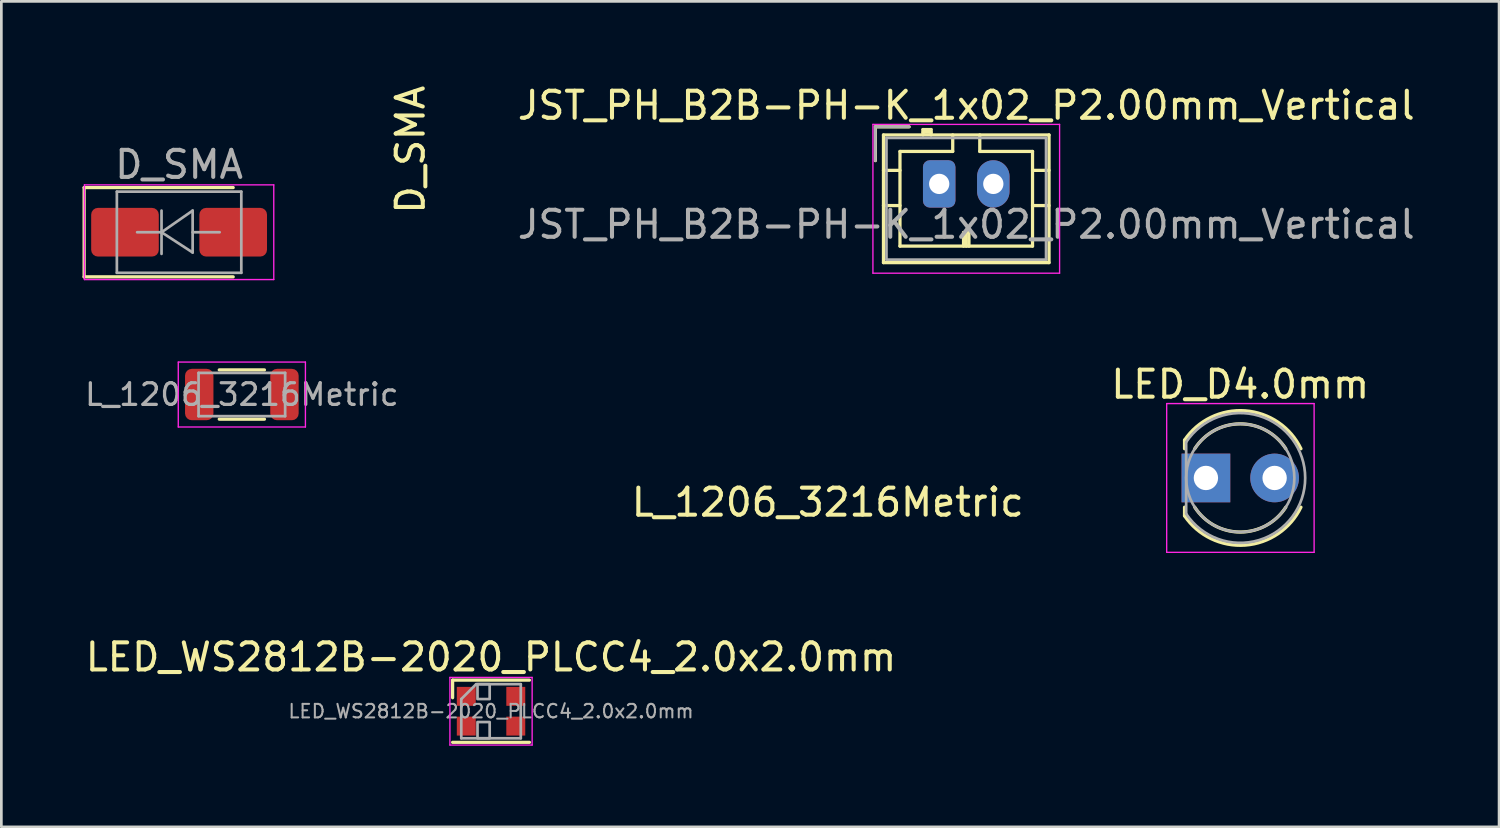
<source format=kicad_pcb>
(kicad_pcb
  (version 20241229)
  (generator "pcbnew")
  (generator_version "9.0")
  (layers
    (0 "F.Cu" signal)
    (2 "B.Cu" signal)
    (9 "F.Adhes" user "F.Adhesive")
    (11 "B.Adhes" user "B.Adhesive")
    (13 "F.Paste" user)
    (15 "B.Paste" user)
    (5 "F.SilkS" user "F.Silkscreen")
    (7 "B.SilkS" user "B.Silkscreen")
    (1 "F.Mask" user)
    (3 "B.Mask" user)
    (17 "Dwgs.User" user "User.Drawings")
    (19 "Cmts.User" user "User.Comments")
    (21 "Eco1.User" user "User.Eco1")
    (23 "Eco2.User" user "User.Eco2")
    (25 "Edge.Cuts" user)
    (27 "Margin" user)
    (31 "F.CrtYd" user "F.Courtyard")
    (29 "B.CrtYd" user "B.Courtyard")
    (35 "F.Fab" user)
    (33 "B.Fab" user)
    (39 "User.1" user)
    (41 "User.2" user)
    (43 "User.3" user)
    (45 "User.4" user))
  (footprint "D_SMA"
    (layer "F.Cu")
    (at 3.57 5.534)
    (property "Reference" "D_SMA" (at 8.553 -3.052 270) (layer "F.SilkS") (effects (font (size 1 1) (thickness 0.15))))
    (attr smd)
    (fp_line (start -3.51 -1.65) (end -3.51 1.65) (stroke (width 0.12) (type solid)) (layer "F.SilkS"))
    (fp_line (start -3.51 -1.65) (end 2 -1.65) (stroke (width 0.12) (type solid)) (layer "F.SilkS"))
    (fp_line (start -3.51 1.65) (end 2 1.65) (stroke (width 0.12) (type solid)) (layer "F.SilkS"))
    (fp_line (start -3.5 -1.75) (end 3.5 -1.75) (stroke (width 0.05) (type solid)) (layer "F.CrtYd"))
    (fp_line (start -3.5 1.75) (end -3.5 -1.75) (stroke (width 0.05) (type solid)) (layer "F.CrtYd"))
    (fp_line (start 3.5 -1.75) (end 3.5 1.75) (stroke (width 0.05) (type solid)) (layer "F.CrtYd"))
    (fp_line (start 3.5 1.75) (end -3.5 1.75) (stroke (width 0.05) (type solid)) (layer "F.CrtYd"))
    (fp_line (start -2.3 1.5) (end -2.3 -1.5) (stroke (width 0.1) (type solid)) (layer "F.Fab"))
    (fp_line (start -0.649 -0.799) (end -0.649 0.801) (stroke (width 0.1) (type solid)) (layer "F.Fab"))
    (fp_line (start -0.649 0.001) (end -1.551 0.001) (stroke (width 0.1) (type solid)) (layer "F.Fab"))
    (fp_line (start -0.649 0.001) (end 0.501 -0.799) (stroke (width 0.1) (type solid)) (layer "F.Fab"))
    (fp_line (start -0.649 0.001) (end 0.501 0.75) (stroke (width 0.1) (type solid)) (layer "F.Fab"))
    (fp_line (start 0.501 0.001) (end 1.499 0.001) (stroke (width 0.1) (type solid)) (layer "F.Fab"))
    (fp_line (start 0.501 0.75) (end 0.501 -0.799) (stroke (width 0.1) (type solid)) (layer "F.Fab"))
    (fp_line (start 2.3 -1.5) (end -2.3 -1.5) (stroke (width 0.1) (type solid)) (layer "F.Fab"))
    (fp_line (start 2.3 -1.5) (end 2.3 1.5) (stroke (width 0.1) (type solid)) (layer "F.Fab"))
    (fp_line (start 2.3 1.5) (end -2.3 1.5) (stroke (width 0.1) (type solid)) (layer "F.Fab"))
    (fp_text user "${REFERENCE}" (at 0 -2.5 180) (layer "F.Fab") (effects (font (size 1 1) (thickness 0.15))))
    (pad "1" smd roundrect (at -2 0) (size 2.5 1.8) (layers "F.Cu" "F.Mask" "F.Paste") (roundrect_rratio 0.139))
    (pad "2" smd roundrect (at 2 0) (size 2.5 1.8) (layers "F.Cu" "F.Mask" "F.Paste") (roundrect_rratio 0.139)))
  (footprint "LED_WS2812B-2020_PLCC4_2.0x2.0mm"
    (layer "F.Cu")
    (at 15.101 23.241)
    (property "Reference" "LED_WS2812B-2020_PLCC4_2.0x2.0mm" (at 0 -2 0) (layer "F.SilkS") (effects (font (size 1 1) (thickness 0.15))))
    (attr smd)
    (fp_line (start -1.42 -1.15) (end -1.42 -0.5) (stroke (width 0.12) (type solid)) (layer "F.SilkS"))
    (fp_line (start -1.42 -1.15) (end 1.42 -1.15) (stroke (width 0.12) (type solid)) (layer "F.SilkS"))
    (fp_line (start -1.42 1.15) (end 1.42 1.15) (stroke (width 0.12) (type solid)) (layer "F.SilkS"))
    (fp_line (start -1.52 -1.25) (end -1.52 1.25) (stroke (width 0.05) (type solid)) (layer "F.CrtYd"))
    (fp_line (start -1.52 1.25) (end 1.52 1.25) (stroke (width 0.05) (type solid)) (layer "F.CrtYd"))
    (fp_line (start 1.52 -1.25) (end -1.52 -1.25) (stroke (width 0.05) (type solid)) (layer "F.CrtYd"))
    (fp_line (start 1.52 1.25) (end 1.52 -1.25) (stroke (width 0.05) (type solid)) (layer "F.CrtYd"))
    (fp_line (start -1.1 -0.45) (end -1.1 1) (stroke (width 0.1) (type solid)) (layer "F.Fab"))
    (fp_line (start -1.1 1) (end 1.1 1) (stroke (width 0.1) (type solid)) (layer "F.Fab"))
    (fp_line (start -0.55 -1) (end -1.1 -0.45) (stroke (width 0.1) (type solid)) (layer "F.Fab"))
    (fp_line (start 1.1 -1) (end -0.55 -1) (stroke (width 0.1) (type solid)) (layer "F.Fab"))
    (fp_line (start 1.1 -1) (end 1.1 1) (stroke (width 0.1) (type solid)) (layer "F.Fab"))
    (fp_rect (start -0.5 -1) (end -0.05 -0.45) (stroke (width 0.1) (type solid)) (fill no) (layer "F.Fab"))
    (fp_rect (start -0.5 0.4) (end -0.05 1) (stroke (width 0.1) (type solid)) (fill no) (layer "F.Fab"))
    (fp_text user "${REFERENCE}" (at 0 0 0) (layer "F.Fab") (effects (font (size 0.5 0.5) (thickness 0.075))))
    (pad "1" smd rect (at -0.915 -0.55) (size 0.7 0.7) (layers "F.Cu" "F.Mask" "F.Paste"))
    (pad "2" smd rect (at -0.915 0.55) (size 0.7 0.7) (layers "F.Cu" "F.Mask" "F.Paste"))
    (pad "3" smd rect (at 0.915 0.55) (size 0.7 0.7) (layers "F.Cu" "F.Mask" "F.Paste"))
    (pad "4" smd rect (at 0.915 -0.55) (size 0.7 0.7) (layers "F.Cu" "F.Mask" "F.Paste")))
  (footprint "JST_PH_B2B-PH-K_1x02_P2.00mm_Vertical"
    (layer "F.Cu")
    (at 31.668 3.748)
    (property "Reference" "JST_PH_B2B-PH-K_1x02_P2.00mm_Vertical" (at 1 -2.9 180) (layer "F.SilkS") (effects (font (size 1 1) (thickness 0.15))))
    (attr through_hole)
    (fp_line (start -2.36 -2.11) (end -2.36 -0.86) (stroke (width 0.12) (type solid)) (layer "F.SilkS"))
    (fp_line (start -2.06 -1.81) (end -2.06 2.91) (stroke (width 0.12) (type solid)) (layer "F.SilkS"))
    (fp_line (start -2.06 -0.5) (end -1.45 -0.5) (stroke (width 0.12) (type solid)) (layer "F.SilkS"))
    (fp_line (start -2.06 0.8) (end -1.45 0.8) (stroke (width 0.12) (type solid)) (layer "F.SilkS"))
    (fp_line (start -2.06 2.91) (end 4.06 2.91) (stroke (width 0.12) (type solid)) (layer "F.SilkS"))
    (fp_line (start -1.45 -1.2) (end -1.45 2.3) (stroke (width 0.12) (type solid)) (layer "F.SilkS"))
    (fp_line (start -1.45 2.3) (end 3.45 2.3) (stroke (width 0.12) (type solid)) (layer "F.SilkS"))
    (fp_line (start -1.11 -2.11) (end -2.36 -2.11) (stroke (width 0.12) (type solid)) (layer "F.SilkS"))
    (fp_line (start -0.6 -2.01) (end -0.6 -1.81) (stroke (width 0.12) (type solid)) (layer "F.SilkS"))
    (fp_line (start -0.3 -2.01) (end -0.6 -2.01) (stroke (width 0.12) (type solid)) (layer "F.SilkS"))
    (fp_line (start -0.3 -1.91) (end -0.6 -1.91) (stroke (width 0.12) (type solid)) (layer "F.SilkS"))
    (fp_line (start -0.3 -1.81) (end -0.3 -2.01) (stroke (width 0.12) (type solid)) (layer "F.SilkS"))
    (fp_line (start 0.5 -1.81) (end 0.5 -1.2) (stroke (width 0.12) (type solid)) (layer "F.SilkS"))
    (fp_line (start 0.5 -1.2) (end -1.45 -1.2) (stroke (width 0.12) (type solid)) (layer "F.SilkS"))
    (fp_line (start 0.9 1.8) (end 1.1 1.8) (stroke (width 0.12) (type solid)) (layer "F.SilkS"))
    (fp_line (start 0.9 2.3) (end 0.9 1.8) (stroke (width 0.12) (type solid)) (layer "F.SilkS"))
    (fp_line (start 1 2.3) (end 1 1.8) (stroke (width 0.12) (type solid)) (layer "F.SilkS"))
    (fp_line (start 1.1 1.8) (end 1.1 2.3) (stroke (width 0.12) (type solid)) (layer "F.SilkS"))
    (fp_line (start 1.5 -1.2) (end 1.5 -1.81) (stroke (width 0.12) (type solid)) (layer "F.SilkS"))
    (fp_line (start 3.45 -1.2) (end 1.5 -1.2) (stroke (width 0.12) (type solid)) (layer "F.SilkS"))
    (fp_line (start 3.45 2.3) (end 3.45 -1.2) (stroke (width 0.12) (type solid)) (layer "F.SilkS"))
    (fp_line (start 4.06 -1.81) (end -2.06 -1.81) (stroke (width 0.12) (type solid)) (layer "F.SilkS"))
    (fp_line (start 4.06 -0.5) (end 3.45 -0.5) (stroke (width 0.12) (type solid)) (layer "F.SilkS"))
    (fp_line (start 4.06 0.8) (end 3.45 0.8) (stroke (width 0.12) (type solid)) (layer "F.SilkS"))
    (fp_line (start 4.06 2.91) (end 4.06 -1.81) (stroke (width 0.12) (type solid)) (layer "F.SilkS"))
    (fp_line (start -2.45 -2.2) (end -2.45 3.3) (stroke (width 0.05) (type solid)) (layer "F.CrtYd"))
    (fp_line (start -2.45 3.3) (end 4.45 3.3) (stroke (width 0.05) (type solid)) (layer "F.CrtYd"))
    (fp_line (start 4.45 -2.2) (end -2.45 -2.2) (stroke (width 0.05) (type solid)) (layer "F.CrtYd"))
    (fp_line (start 4.45 3.3) (end 4.45 -2.2) (stroke (width 0.05) (type solid)) (layer "F.CrtYd"))
    (fp_line (start -2.36 -2.11) (end -2.36 -0.86) (stroke (width 0.1) (type solid)) (layer "F.Fab"))
    (fp_line (start -1.95 -1.7) (end -1.95 2.8) (stroke (width 0.1) (type solid)) (layer "F.Fab"))
    (fp_line (start -1.95 2.8) (end 3.95 2.8) (stroke (width 0.1) (type solid)) (layer "F.Fab"))
    (fp_line (start -1.11 -2.11) (end -2.36 -2.11) (stroke (width 0.1) (type solid)) (layer "F.Fab"))
    (fp_line (start 3.95 -1.7) (end -1.95 -1.7) (stroke (width 0.1) (type solid)) (layer "F.Fab"))
    (fp_line (start 3.95 2.8) (end 3.95 -1.7) (stroke (width 0.1) (type solid)) (layer "F.Fab"))
    (fp_text user "${REFERENCE}" (at 1 1.5 180) (layer "F.Fab") (effects (font (size 1 1) (thickness 0.15))))
    (pad "1" thru_hole roundrect (at 0 0 180) (size 1.2 1.75) (drill 0.75) (layers "*.Cu" "*.Mask") (roundrect_rratio 0.208))
    (pad "2" thru_hole oval (at 2 0 180) (size 1.2 1.75) (drill 0.75) (layers "*.Cu" "*.Mask")))
  (footprint "LED_D4.0mm"
    (layer "F.Cu")
    (at 41.527 14.618)
    (property "Reference" "LED_D4.0mm" (at 1.27 -3.46 0) (layer "F.SilkS") (effects (font (size 1 1) (thickness 0.15))))
    (attr through_hole)
    (fp_line (start -0.79 -1.399) (end -0.79 -1.08) (stroke (width 0.12) (type solid)) (layer "F.SilkS"))
    (fp_line (start -0.79 1.08) (end -0.79 1.399) (stroke (width 0.12) (type solid)) (layer "F.SilkS"))
    (fp_arc (start -0.79 -1.398749) (mid 1.453519 -2.483228) (end 3.513242 -1.080724) (stroke (width 0.12) (type solid)) (layer "F.SilkS"))
    (fp_arc (start -0.41333 -1.08) (mid 1.269429 -2) (end 2.952713 -1.080961) (stroke (width 0.12) (type solid)) (layer "F.SilkS"))
    (fp_arc (start 2.952713 1.080961) (mid 1.269429 2) (end -0.41333 1.08) (stroke (width 0.12) (type solid)) (layer "F.SilkS"))
    (fp_arc (start 3.513242 1.080724) (mid 1.453519 2.483228) (end -0.79 1.398749) (stroke (width 0.12) (type solid)) (layer "F.SilkS"))
    (fp_line (start -1.45 -2.75) (end -1.45 2.75) (stroke (width 0.05) (type solid)) (layer "F.CrtYd"))
    (fp_line (start -1.45 2.75) (end 4 2.75) (stroke (width 0.05) (type solid)) (layer "F.CrtYd"))
    (fp_line (start 4 -2.75) (end -1.45 -2.75) (stroke (width 0.05) (type solid)) (layer "F.CrtYd"))
    (fp_line (start 4 2.75) (end 4 -2.75) (stroke (width 0.05) (type solid)) (layer "F.CrtYd"))
    (fp_line (start -0.73 -1.327) (end -0.73 1.327) (stroke (width 0.1) (type solid)) (layer "F.Fab"))
    (fp_arc (start -0.73 -1.32665) (mid 3.67 0.000306) (end -0.730339 1.32614) (stroke (width 0.1) (type solid)) (layer "F.Fab"))
    (fp_circle (center 1.27 0) (end 3.27 0) (stroke (width 0.1) (type solid)) (fill no) (layer "F.Fab"))
    (pad "1" thru_hole rect (at 0 0) (size 1.8 1.8) (drill 0.9) (layers "*.Cu" "*.Mask"))
    (pad "2" thru_hole circle (at 2.54 0) (size 1.8 1.8) (drill 0.9) (layers "*.Cu" "*.Mask")))
  (footprint "L_1206_3216Metric"
    (layer "F.Cu")
    (at 5.89 11.534)
    (property "Reference" "L_1206_3216Metric" (at 21.657 3.986 0) (layer "F.SilkS") (effects (font (size 1 1) (thickness 0.15))))
    (attr smd)
    (fp_line (start -0.835 -0.91) (end 0.835 -0.91) (stroke (width 0.12) (type solid)) (layer "F.SilkS"))
    (fp_line (start -0.835 0.91) (end 0.835 0.91) (stroke (width 0.12) (type solid)) (layer "F.SilkS"))
    (fp_line (start -2.35 -1.2) (end 2.35 -1.2) (stroke (width 0.05) (type solid)) (layer "F.CrtYd"))
    (fp_line (start -2.35 1.2) (end -2.35 -1.2) (stroke (width 0.05) (type solid)) (layer "F.CrtYd"))
    (fp_line (start 2.35 -1.2) (end 2.35 1.2) (stroke (width 0.05) (type solid)) (layer "F.CrtYd"))
    (fp_line (start 2.35 1.2) (end -2.35 1.2) (stroke (width 0.05) (type solid)) (layer "F.CrtYd"))
    (fp_line (start -1.6 -0.8) (end 1.6 -0.8) (stroke (width 0.1) (type solid)) (layer "F.Fab"))
    (fp_line (start -1.6 0.8) (end -1.6 -0.8) (stroke (width 0.1) (type solid)) (layer "F.Fab"))
    (fp_line (start 1.6 -0.8) (end 1.6 0.8) (stroke (width 0.1) (type solid)) (layer "F.Fab"))
    (fp_line (start 1.6 0.8) (end -1.6 0.8) (stroke (width 0.1) (type solid)) (layer "F.Fab"))
    (fp_text user "${REFERENCE}" (at 0 0 0) (layer "F.Fab") (effects (font (size 0.8 0.8) (thickness 0.12))))
    (pad "1" smd roundrect (at -1.575 0) (size 1.05 1.9) (layers "F.Cu" "F.Mask" "F.Paste") (roundrect_rratio 0.238))
    (pad "2" smd roundrect (at 1.575 0) (size 1.05 1.9) (layers "F.Cu" "F.Mask" "F.Paste") (roundrect_rratio 0.238)))
  (gr_rect
    (start -3 -3)
    (end 52.364 27.516)
    (stroke (width 0.1) (type default))
    (fill no)
    (layer "Edge.Cuts")))
</source>
